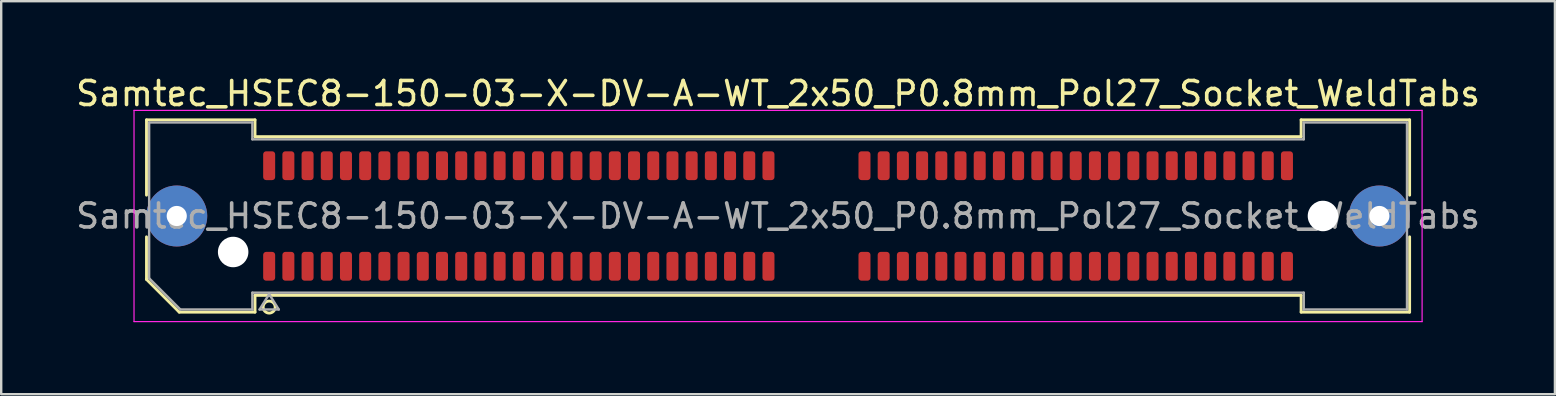
<source format=kicad_pcb>
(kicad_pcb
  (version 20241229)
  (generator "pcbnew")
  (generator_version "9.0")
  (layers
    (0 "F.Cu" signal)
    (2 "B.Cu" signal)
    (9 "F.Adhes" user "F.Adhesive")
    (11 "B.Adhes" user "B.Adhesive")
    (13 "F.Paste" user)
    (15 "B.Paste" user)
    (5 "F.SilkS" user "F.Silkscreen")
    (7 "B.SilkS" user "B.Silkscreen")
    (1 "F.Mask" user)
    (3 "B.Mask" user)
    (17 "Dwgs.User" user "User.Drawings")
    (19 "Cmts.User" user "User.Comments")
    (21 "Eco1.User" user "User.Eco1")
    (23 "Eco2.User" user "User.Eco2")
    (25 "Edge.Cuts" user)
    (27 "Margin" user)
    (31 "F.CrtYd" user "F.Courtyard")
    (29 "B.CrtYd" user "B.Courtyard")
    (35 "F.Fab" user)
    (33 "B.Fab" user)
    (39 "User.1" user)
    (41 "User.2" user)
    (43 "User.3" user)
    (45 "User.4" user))
  (footprint "Samtec_HSEC8-150-03-X-DV-A-WT_2x50_P0.8mm_Pol27_Socket_WeldTabs"
    (layer "F.Cu")
    (at 29.363 5.948)
    (property "Reference" "Samtec_HSEC8-150-03-X-DV-A-WT_2x50_P0.8mm_Pol27_Socket_WeldTabs" (at 0 -5.1 0) (layer "F.SilkS") (effects (font (size 1 1) (thickness 0.15))))
    (attr smd)
    (fp_line (start -26.31 -4.005) (end -21.79 -4.005) (stroke (width 0.12) (type solid)) (layer "F.SilkS"))
    (fp_line (start -26.31 -0.868) (end -26.31 -4.005) (stroke (width 0.12) (type solid)) (layer "F.SilkS"))
    (fp_line (start -26.31 2.641) (end -26.31 0.868) (stroke (width 0.12) (type solid)) (layer "F.SilkS"))
    (fp_line (start -24.946 4.005) (end -26.31 2.641) (stroke (width 0.12) (type solid)) (layer "F.SilkS"))
    (fp_line (start -21.79 -4.005) (end -21.79 -3.305) (stroke (width 0.12) (type solid)) (layer "F.SilkS"))
    (fp_line (start -21.79 -3.305) (end 21.79 -3.305) (stroke (width 0.12) (type solid)) (layer "F.SilkS"))
    (fp_line (start -21.79 3.305) (end -21.79 4.005) (stroke (width 0.12) (type solid)) (layer "F.SilkS"))
    (fp_line (start -21.79 4.005) (end -24.946 4.005) (stroke (width 0.12) (type solid)) (layer "F.SilkS"))
    (fp_line (start 21.79 -4.005) (end 26.31 -4.005) (stroke (width 0.12) (type solid)) (layer "F.SilkS"))
    (fp_line (start 21.79 -3.305) (end 21.79 -4.005) (stroke (width 0.12) (type solid)) (layer "F.SilkS"))
    (fp_line (start 21.79 3.305) (end -21.79 3.305) (stroke (width 0.12) (type solid)) (layer "F.SilkS"))
    (fp_line (start 21.79 4.005) (end 21.79 3.305) (stroke (width 0.12) (type solid)) (layer "F.SilkS"))
    (fp_line (start 26.31 -4.005) (end 26.31 -0.868) (stroke (width 0.12) (type solid)) (layer "F.SilkS"))
    (fp_line (start 26.31 0.868) (end 26.31 4.005) (stroke (width 0.12) (type solid)) (layer "F.SilkS"))
    (fp_line (start 26.31 4.005) (end 21.79 4.005) (stroke (width 0.12) (type solid)) (layer "F.SilkS"))
    (fp_arc (start -20.95 3.795) (mid -21.45 3.795) (end -20.95 3.795) (stroke (width 0.12) (type solid)) (layer "F.SilkS"))
    (fp_line (start -26.83 -4.4) (end -26.83 4.4) (stroke (width 0.05) (type solid)) (layer "F.CrtYd"))
    (fp_line (start -26.83 4.4) (end 26.83 4.4) (stroke (width 0.05) (type solid)) (layer "F.CrtYd"))
    (fp_line (start 26.83 -4.4) (end -26.83 -4.4) (stroke (width 0.05) (type solid)) (layer "F.CrtYd"))
    (fp_line (start 26.83 4.4) (end 26.83 -4.4) (stroke (width 0.05) (type solid)) (layer "F.CrtYd"))
    (fp_line (start -26.2 -3.895) (end -21.9 -3.895) (stroke (width 0.1) (type solid)) (layer "F.Fab"))
    (fp_line (start -26.2 2.595) (end -26.2 -3.895) (stroke (width 0.1) (type solid)) (layer "F.Fab"))
    (fp_line (start -24.9 3.895) (end -26.2 2.595) (stroke (width 0.1) (type solid)) (layer "F.Fab"))
    (fp_line (start -21.9 -3.895) (end -21.9 -3.195) (stroke (width 0.1) (type solid)) (layer "F.Fab"))
    (fp_line (start -21.9 -3.195) (end 21.9 -3.195) (stroke (width 0.1) (type solid)) (layer "F.Fab"))
    (fp_line (start -21.9 3.195) (end -21.9 3.895) (stroke (width 0.1) (type solid)) (layer "F.Fab"))
    (fp_line (start -21.9 3.895) (end -24.9 3.895) (stroke (width 0.1) (type solid)) (layer "F.Fab"))
    (fp_line (start -21.6 3.895) (end -21.2 3.255) (stroke (width 0.1) (type solid)) (layer "F.Fab"))
    (fp_line (start -21.2 3.255) (end -20.8 3.895) (stroke (width 0.1) (type solid)) (layer "F.Fab"))
    (fp_line (start -20.8 3.895) (end -21.6 3.895) (stroke (width 0.1) (type solid)) (layer "F.Fab"))
    (fp_line (start 21.9 -3.895) (end 26.2 -3.895) (stroke (width 0.1) (type solid)) (layer "F.Fab"))
    (fp_line (start 21.9 -3.195) (end 21.9 -3.895) (stroke (width 0.1) (type solid)) (layer "F.Fab"))
    (fp_line (start 21.9 3.195) (end -21.9 3.195) (stroke (width 0.1) (type solid)) (layer "F.Fab"))
    (fp_line (start 21.9 3.895) (end 21.9 3.195) (stroke (width 0.1) (type solid)) (layer "F.Fab"))
    (fp_line (start 26.2 -3.895) (end 26.2 3.895) (stroke (width 0.1) (type solid)) (layer "F.Fab"))
    (fp_line (start 26.2 3.895) (end 21.9 3.895) (stroke (width 0.1) (type solid)) (layer "F.Fab"))
    (fp_text user "${REFERENCE}" (at 0 0 0) (layer "F.Fab") (effects (font (size 1 1) (thickness 0.15))))
    (pad "" thru_hole circle (at -25.05 0) (size 2.54 2.54) (drill 0.84) (layers "*.Cu" "*.Mask" "F.Paste"))
    (pad "" np_thru_hole circle (at -22.7 1.5) (size 1.27 1.27) (drill 1.27) (layers "*.Cu" "*.Mask"))
    (pad "" np_thru_hole circle (at 22.7 0) (size 1.27 1.27) (drill 1.27) (layers "*.Cu" "*.Mask"))
    (pad "" thru_hole circle (at 25.05 0) (size 2.54 2.54) (drill 0.84) (layers "*.Cu" "*.Mask" "F.Paste"))
    (pad "1" smd roundrect (at -21.2 2.095) (size 0.5 1.2) (layers "F.Cu" "F.Mask" "F.Paste") (roundrect_rratio 0.25))
    (pad "2" smd roundrect (at -21.2 -2.095) (size 0.5 1.2) (layers "F.Cu" "F.Mask" "F.Paste") (roundrect_rratio 0.25))
    (pad "3" smd roundrect (at -20.4 2.095) (size 0.5 1.2) (layers "F.Cu" "F.Mask" "F.Paste") (roundrect_rratio 0.25))
    (pad "4" smd roundrect (at -20.4 -2.095) (size 0.5 1.2) (layers "F.Cu" "F.Mask" "F.Paste") (roundrect_rratio 0.25))
    (pad "5" smd roundrect (at -19.6 2.095) (size 0.5 1.2) (layers "F.Cu" "F.Mask" "F.Paste") (roundrect_rratio 0.25))
    (pad "6" smd roundrect (at -19.6 -2.095) (size 0.5 1.2) (layers "F.Cu" "F.Mask" "F.Paste") (roundrect_rratio 0.25))
    (pad "7" smd roundrect (at -18.8 2.095) (size 0.5 1.2) (layers "F.Cu" "F.Mask" "F.Paste") (roundrect_rratio 0.25))
    (pad "8" smd roundrect (at -18.8 -2.095) (size 0.5 1.2) (layers "F.Cu" "F.Mask" "F.Paste") (roundrect_rratio 0.25))
    (pad "9" smd roundrect (at -18 2.095) (size 0.5 1.2) (layers "F.Cu" "F.Mask" "F.Paste") (roundrect_rratio 0.25))
    (pad "10" smd roundrect (at -18 -2.095) (size 0.5 1.2) (layers "F.Cu" "F.Mask" "F.Paste") (roundrect_rratio 0.25))
    (pad "11" smd roundrect (at -17.2 2.095) (size 0.5 1.2) (layers "F.Cu" "F.Mask" "F.Paste") (roundrect_rratio 0.25))
    (pad "12" smd roundrect (at -17.2 -2.095) (size 0.5 1.2) (layers "F.Cu" "F.Mask" "F.Paste") (roundrect_rratio 0.25))
    (pad "13" smd roundrect (at -16.4 2.095) (size 0.5 1.2) (layers "F.Cu" "F.Mask" "F.Paste") (roundrect_rratio 0.25))
    (pad "14" smd roundrect (at -16.4 -2.095) (size 0.5 1.2) (layers "F.Cu" "F.Mask" "F.Paste") (roundrect_rratio 0.25))
    (pad "15" smd roundrect (at -15.6 2.095) (size 0.5 1.2) (layers "F.Cu" "F.Mask" "F.Paste") (roundrect_rratio 0.25))
    (pad "16" smd roundrect (at -15.6 -2.095) (size 0.5 1.2) (layers "F.Cu" "F.Mask" "F.Paste") (roundrect_rratio 0.25))
    (pad "17" smd roundrect (at -14.8 2.095) (size 0.5 1.2) (layers "F.Cu" "F.Mask" "F.Paste") (roundrect_rratio 0.25))
    (pad "18" smd roundrect (at -14.8 -2.095) (size 0.5 1.2) (layers "F.Cu" "F.Mask" "F.Paste") (roundrect_rratio 0.25))
    (pad "19" smd roundrect (at -14 2.095) (size 0.5 1.2) (layers "F.Cu" "F.Mask" "F.Paste") (roundrect_rratio 0.25))
    (pad "20" smd roundrect (at -14 -2.095) (size 0.5 1.2) (layers "F.Cu" "F.Mask" "F.Paste") (roundrect_rratio 0.25))
    (pad "21" smd roundrect (at -13.2 2.095) (size 0.5 1.2) (layers "F.Cu" "F.Mask" "F.Paste") (roundrect_rratio 0.25))
    (pad "22" smd roundrect (at -13.2 -2.095) (size 0.5 1.2) (layers "F.Cu" "F.Mask" "F.Paste") (roundrect_rratio 0.25))
    (pad "23" smd roundrect (at -12.4 2.095) (size 0.5 1.2) (layers "F.Cu" "F.Mask" "F.Paste") (roundrect_rratio 0.25))
    (pad "24" smd roundrect (at -12.4 -2.095) (size 0.5 1.2) (layers "F.Cu" "F.Mask" "F.Paste") (roundrect_rratio 0.25))
    (pad "25" smd roundrect (at -11.6 2.095) (size 0.5 1.2) (layers "F.Cu" "F.Mask" "F.Paste") (roundrect_rratio 0.25))
    (pad "26" smd roundrect (at -11.6 -2.095) (size 0.5 1.2) (layers "F.Cu" "F.Mask" "F.Paste") (roundrect_rratio 0.25))
    (pad "27" smd roundrect (at -10.8 2.095) (size 0.5 1.2) (layers "F.Cu" "F.Mask" "F.Paste") (roundrect_rratio 0.25))
    (pad "28" smd roundrect (at -10.8 -2.095) (size 0.5 1.2) (layers "F.Cu" "F.Mask" "F.Paste") (roundrect_rratio 0.25))
    (pad "29" smd roundrect (at -10 2.095) (size 0.5 1.2) (layers "F.Cu" "F.Mask" "F.Paste") (roundrect_rratio 0.25))
    (pad "30" smd roundrect (at -10 -2.095) (size 0.5 1.2) (layers "F.Cu" "F.Mask" "F.Paste") (roundrect_rratio 0.25))
    (pad "31" smd roundrect (at -9.2 2.095) (size 0.5 1.2) (layers "F.Cu" "F.Mask" "F.Paste") (roundrect_rratio 0.25))
    (pad "32" smd roundrect (at -9.2 -2.095) (size 0.5 1.2) (layers "F.Cu" "F.Mask" "F.Paste") (roundrect_rratio 0.25))
    (pad "33" smd roundrect (at -8.4 2.095) (size 0.5 1.2) (layers "F.Cu" "F.Mask" "F.Paste") (roundrect_rratio 0.25))
    (pad "34" smd roundrect (at -8.4 -2.095) (size 0.5 1.2) (layers "F.Cu" "F.Mask" "F.Paste") (roundrect_rratio 0.25))
    (pad "35" smd roundrect (at -7.6 2.095) (size 0.5 1.2) (layers "F.Cu" "F.Mask" "F.Paste") (roundrect_rratio 0.25))
    (pad "36" smd roundrect (at -7.6 -2.095) (size 0.5 1.2) (layers "F.Cu" "F.Mask" "F.Paste") (roundrect_rratio 0.25))
    (pad "37" smd roundrect (at -6.8 2.095) (size 0.5 1.2) (layers "F.Cu" "F.Mask" "F.Paste") (roundrect_rratio 0.25))
    (pad "38" smd roundrect (at -6.8 -2.095) (size 0.5 1.2) (layers "F.Cu" "F.Mask" "F.Paste") (roundrect_rratio 0.25))
    (pad "39" smd roundrect (at -6 2.095) (size 0.5 1.2) (layers "F.Cu" "F.Mask" "F.Paste") (roundrect_rratio 0.25))
    (pad "40" smd roundrect (at -6 -2.095) (size 0.5 1.2) (layers "F.Cu" "F.Mask" "F.Paste") (roundrect_rratio 0.25))
    (pad "41" smd roundrect (at -5.2 2.095) (size 0.5 1.2) (layers "F.Cu" "F.Mask" "F.Paste") (roundrect_rratio 0.25))
    (pad "42" smd roundrect (at -5.2 -2.095) (size 0.5 1.2) (layers "F.Cu" "F.Mask" "F.Paste") (roundrect_rratio 0.25))
    (pad "43" smd roundrect (at -4.4 2.095) (size 0.5 1.2) (layers "F.Cu" "F.Mask" "F.Paste") (roundrect_rratio 0.25))
    (pad "44" smd roundrect (at -4.4 -2.095) (size 0.5 1.2) (layers "F.Cu" "F.Mask" "F.Paste") (roundrect_rratio 0.25))
    (pad "45" smd roundrect (at -3.6 2.095) (size 0.5 1.2) (layers "F.Cu" "F.Mask" "F.Paste") (roundrect_rratio 0.25))
    (pad "46" smd roundrect (at -3.6 -2.095) (size 0.5 1.2) (layers "F.Cu" "F.Mask" "F.Paste") (roundrect_rratio 0.25))
    (pad "47" smd roundrect (at -2.8 2.095) (size 0.5 1.2) (layers "F.Cu" "F.Mask" "F.Paste") (roundrect_rratio 0.25))
    (pad "48" smd roundrect (at -2.8 -2.095) (size 0.5 1.2) (layers "F.Cu" "F.Mask" "F.Paste") (roundrect_rratio 0.25))
    (pad "49" smd roundrect (at -2 2.095) (size 0.5 1.2) (layers "F.Cu" "F.Mask" "F.Paste") (roundrect_rratio 0.25))
    (pad "50" smd roundrect (at -2 -2.095) (size 0.5 1.2) (layers "F.Cu" "F.Mask" "F.Paste") (roundrect_rratio 0.25))
    (pad "51" smd roundrect (at -1.2 2.095) (size 0.5 1.2) (layers "F.Cu" "F.Mask" "F.Paste") (roundrect_rratio 0.25))
    (pad "52" smd roundrect (at -1.2 -2.095) (size 0.5 1.2) (layers "F.Cu" "F.Mask" "F.Paste") (roundrect_rratio 0.25))
    (pad "53" smd roundrect (at -0.4 2.095) (size 0.5 1.2) (layers "F.Cu" "F.Mask" "F.Paste") (roundrect_rratio 0.25))
    (pad "54" smd roundrect (at -0.4 -2.095) (size 0.5 1.2) (layers "F.Cu" "F.Mask" "F.Paste") (roundrect_rratio 0.25))
    (pad "55" smd roundrect (at 3.6 2.095) (size 0.5 1.2) (layers "F.Cu" "F.Mask" "F.Paste") (roundrect_rratio 0.25))
    (pad "56" smd roundrect (at 3.6 -2.095) (size 0.5 1.2) (layers "F.Cu" "F.Mask" "F.Paste") (roundrect_rratio 0.25))
    (pad "57" smd roundrect (at 4.4 2.095) (size 0.5 1.2) (layers "F.Cu" "F.Mask" "F.Paste") (roundrect_rratio 0.25))
    (pad "58" smd roundrect (at 4.4 -2.095) (size 0.5 1.2) (layers "F.Cu" "F.Mask" "F.Paste") (roundrect_rratio 0.25))
    (pad "59" smd roundrect (at 5.2 2.095) (size 0.5 1.2) (layers "F.Cu" "F.Mask" "F.Paste") (roundrect_rratio 0.25))
    (pad "60" smd roundrect (at 5.2 -2.095) (size 0.5 1.2) (layers "F.Cu" "F.Mask" "F.Paste") (roundrect_rratio 0.25))
    (pad "61" smd roundrect (at 6 2.095) (size 0.5 1.2) (layers "F.Cu" "F.Mask" "F.Paste") (roundrect_rratio 0.25))
    (pad "62" smd roundrect (at 6 -2.095) (size 0.5 1.2) (layers "F.Cu" "F.Mask" "F.Paste") (roundrect_rratio 0.25))
    (pad "63" smd roundrect (at 6.8 2.095) (size 0.5 1.2) (layers "F.Cu" "F.Mask" "F.Paste") (roundrect_rratio 0.25))
    (pad "64" smd roundrect (at 6.8 -2.095) (size 0.5 1.2) (layers "F.Cu" "F.Mask" "F.Paste") (roundrect_rratio 0.25))
    (pad "65" smd roundrect (at 7.6 2.095) (size 0.5 1.2) (layers "F.Cu" "F.Mask" "F.Paste") (roundrect_rratio 0.25))
    (pad "66" smd roundrect (at 7.6 -2.095) (size 0.5 1.2) (layers "F.Cu" "F.Mask" "F.Paste") (roundrect_rratio 0.25))
    (pad "67" smd roundrect (at 8.4 2.095) (size 0.5 1.2) (layers "F.Cu" "F.Mask" "F.Paste") (roundrect_rratio 0.25))
    (pad "68" smd roundrect (at 8.4 -2.095) (size 0.5 1.2) (layers "F.Cu" "F.Mask" "F.Paste") (roundrect_rratio 0.25))
    (pad "69" smd roundrect (at 9.2 2.095) (size 0.5 1.2) (layers "F.Cu" "F.Mask" "F.Paste") (roundrect_rratio 0.25))
    (pad "70" smd roundrect (at 9.2 -2.095) (size 0.5 1.2) (layers "F.Cu" "F.Mask" "F.Paste") (roundrect_rratio 0.25))
    (pad "71" smd roundrect (at 10 2.095) (size 0.5 1.2) (layers "F.Cu" "F.Mask" "F.Paste") (roundrect_rratio 0.25))
    (pad "72" smd roundrect (at 10 -2.095) (size 0.5 1.2) (layers "F.Cu" "F.Mask" "F.Paste") (roundrect_rratio 0.25))
    (pad "73" smd roundrect (at 10.8 2.095) (size 0.5 1.2) (layers "F.Cu" "F.Mask" "F.Paste") (roundrect_rratio 0.25))
    (pad "74" smd roundrect (at 10.8 -2.095) (size 0.5 1.2) (layers "F.Cu" "F.Mask" "F.Paste") (roundrect_rratio 0.25))
    (pad "75" smd roundrect (at 11.6 2.095) (size 0.5 1.2) (layers "F.Cu" "F.Mask" "F.Paste") (roundrect_rratio 0.25))
    (pad "76" smd roundrect (at 11.6 -2.095) (size 0.5 1.2) (layers "F.Cu" "F.Mask" "F.Paste") (roundrect_rratio 0.25))
    (pad "77" smd roundrect (at 12.4 2.095) (size 0.5 1.2) (layers "F.Cu" "F.Mask" "F.Paste") (roundrect_rratio 0.25))
    (pad "78" smd roundrect (at 12.4 -2.095) (size 0.5 1.2) (layers "F.Cu" "F.Mask" "F.Paste") (roundrect_rratio 0.25))
    (pad "79" smd roundrect (at 13.2 2.095) (size 0.5 1.2) (layers "F.Cu" "F.Mask" "F.Paste") (roundrect_rratio 0.25))
    (pad "80" smd roundrect (at 13.2 -2.095) (size 0.5 1.2) (layers "F.Cu" "F.Mask" "F.Paste") (roundrect_rratio 0.25))
    (pad "81" smd roundrect (at 14 2.095) (size 0.5 1.2) (layers "F.Cu" "F.Mask" "F.Paste") (roundrect_rratio 0.25))
    (pad "82" smd roundrect (at 14 -2.095) (size 0.5 1.2) (layers "F.Cu" "F.Mask" "F.Paste") (roundrect_rratio 0.25))
    (pad "83" smd roundrect (at 14.8 2.095) (size 0.5 1.2) (layers "F.Cu" "F.Mask" "F.Paste") (roundrect_rratio 0.25))
    (pad "84" smd roundrect (at 14.8 -2.095) (size 0.5 1.2) (layers "F.Cu" "F.Mask" "F.Paste") (roundrect_rratio 0.25))
    (pad "85" smd roundrect (at 15.6 2.095) (size 0.5 1.2) (layers "F.Cu" "F.Mask" "F.Paste") (roundrect_rratio 0.25))
    (pad "86" smd roundrect (at 15.6 -2.095) (size 0.5 1.2) (layers "F.Cu" "F.Mask" "F.Paste") (roundrect_rratio 0.25))
    (pad "87" smd roundrect (at 16.4 2.095) (size 0.5 1.2) (layers "F.Cu" "F.Mask" "F.Paste") (roundrect_rratio 0.25))
    (pad "88" smd roundrect (at 16.4 -2.095) (size 0.5 1.2) (layers "F.Cu" "F.Mask" "F.Paste") (roundrect_rratio 0.25))
    (pad "89" smd roundrect (at 17.2 2.095) (size 0.5 1.2) (layers "F.Cu" "F.Mask" "F.Paste") (roundrect_rratio 0.25))
    (pad "90" smd roundrect (at 17.2 -2.095) (size 0.5 1.2) (layers "F.Cu" "F.Mask" "F.Paste") (roundrect_rratio 0.25))
    (pad "91" smd roundrect (at 18 2.095) (size 0.5 1.2) (layers "F.Cu" "F.Mask" "F.Paste") (roundrect_rratio 0.25))
    (pad "92" smd roundrect (at 18 -2.095) (size 0.5 1.2) (layers "F.Cu" "F.Mask" "F.Paste") (roundrect_rratio 0.25))
    (pad "93" smd roundrect (at 18.8 2.095) (size 0.5 1.2) (layers "F.Cu" "F.Mask" "F.Paste") (roundrect_rratio 0.25))
    (pad "94" smd roundrect (at 18.8 -2.095) (size 0.5 1.2) (layers "F.Cu" "F.Mask" "F.Paste") (roundrect_rratio 0.25))
    (pad "95" smd roundrect (at 19.6 2.095) (size 0.5 1.2) (layers "F.Cu" "F.Mask" "F.Paste") (roundrect_rratio 0.25))
    (pad "96" smd roundrect (at 19.6 -2.095) (size 0.5 1.2) (layers "F.Cu" "F.Mask" "F.Paste") (roundrect_rratio 0.25))
    (pad "97" smd roundrect (at 20.4 2.095) (size 0.5 1.2) (layers "F.Cu" "F.Mask" "F.Paste") (roundrect_rratio 0.25))
    (pad "98" smd roundrect (at 20.4 -2.095) (size 0.5 1.2) (layers "F.Cu" "F.Mask" "F.Paste") (roundrect_rratio 0.25))
    (pad "99" smd roundrect (at 21.2 2.095) (size 0.5 1.2) (layers "F.Cu" "F.Mask" "F.Paste") (roundrect_rratio 0.25))
    (pad "100" smd roundrect (at 21.2 -2.095) (size 0.5 1.2) (layers "F.Cu" "F.Mask" "F.Paste") (roundrect_rratio 0.25)))
  (gr_rect
    (start -3 -3)
    (end 61.726 13.373)
    (stroke (width 0.1) (type default))
    (fill no)
    (layer "Edge.Cuts")))
</source>
